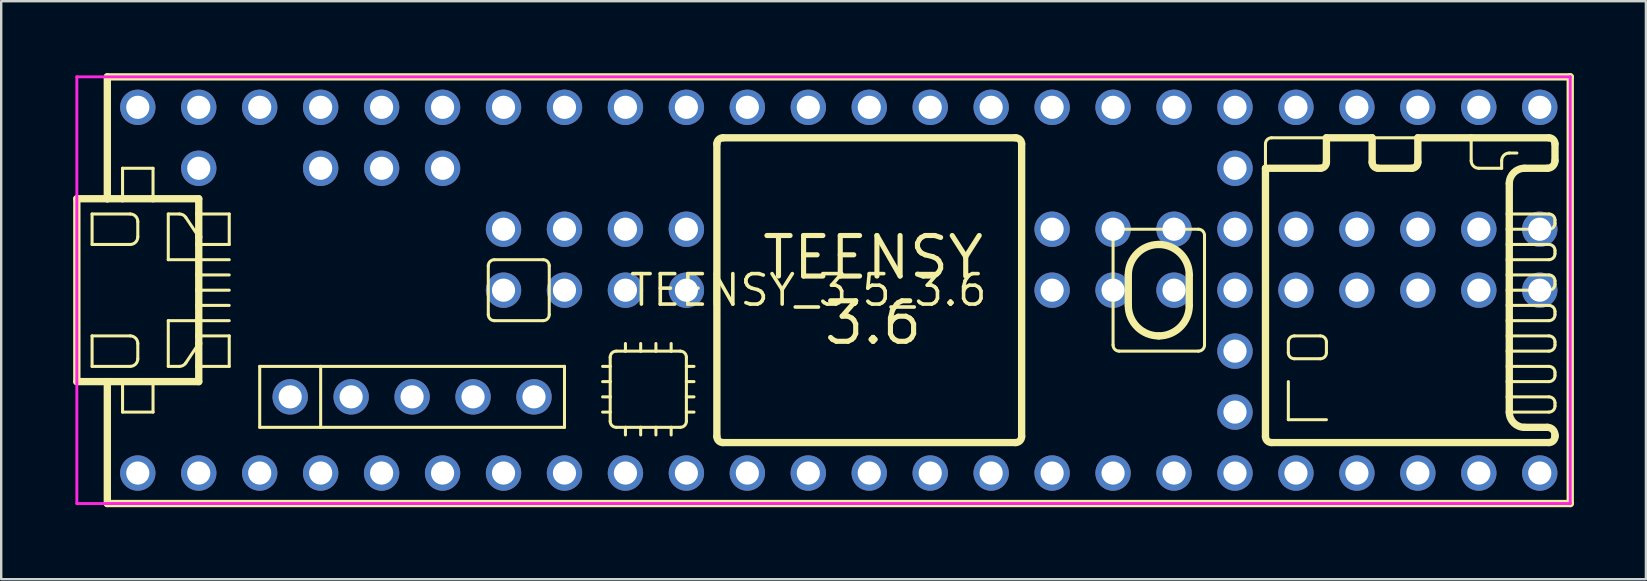
<source format=kicad_pcb>
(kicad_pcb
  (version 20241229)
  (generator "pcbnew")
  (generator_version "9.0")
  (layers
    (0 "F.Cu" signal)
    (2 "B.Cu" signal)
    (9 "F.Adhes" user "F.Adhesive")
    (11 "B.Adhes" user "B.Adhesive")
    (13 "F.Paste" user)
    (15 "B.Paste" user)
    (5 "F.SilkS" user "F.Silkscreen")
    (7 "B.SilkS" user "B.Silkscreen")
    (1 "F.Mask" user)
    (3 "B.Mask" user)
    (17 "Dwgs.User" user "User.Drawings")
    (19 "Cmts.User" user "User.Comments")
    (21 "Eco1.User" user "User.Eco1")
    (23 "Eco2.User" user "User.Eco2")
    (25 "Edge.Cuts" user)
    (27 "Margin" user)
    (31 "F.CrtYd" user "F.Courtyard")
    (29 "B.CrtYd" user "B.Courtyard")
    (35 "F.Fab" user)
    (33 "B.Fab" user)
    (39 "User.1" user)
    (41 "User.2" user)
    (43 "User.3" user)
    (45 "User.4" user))
  (footprint "TEENSY_3.5_3.6"
    (layer "F.Cu")
    (at 30.632 9.042)
    (property "Reference" "TEENSY_3.5_3.6" (at 0 0 0) (layer "F.SilkS") (effects (font (size 1.27 1.27) (thickness 0.15))))
    (attr through_hole)
    (fp_line (start -30.48 -3.81) (end -30.48 3.81) (stroke (width 0.305) (type solid)) (layer "F.SilkS"))
    (fp_line (start -30.48 3.81) (end -29.21 3.81) (stroke (width 0.305) (type solid)) (layer "F.SilkS"))
    (fp_line (start -29.845 -3.175) (end -29.845 -1.905) (stroke (width 0.127) (type solid)) (layer "F.SilkS"))
    (fp_line (start -29.845 -3.175) (end -28.258 -3.175) (stroke (width 0.127) (type solid)) (layer "F.SilkS"))
    (fp_line (start -29.845 1.905) (end -29.845 3.175) (stroke (width 0.127) (type solid)) (layer "F.SilkS"))
    (fp_line (start -29.845 3.175) (end -28.258 3.175) (stroke (width 0.127) (type solid)) (layer "F.SilkS"))
    (fp_line (start -29.21 -8.89) (end -29.21 -3.81) (stroke (width 0.305) (type solid)) (layer "F.SilkS"))
    (fp_line (start -29.21 -8.89) (end 31.75 -8.89) (stroke (width 0.305) (type solid)) (layer "F.SilkS"))
    (fp_line (start -29.21 -3.81) (end -30.48 -3.81) (stroke (width 0.305) (type solid)) (layer "F.SilkS"))
    (fp_line (start -29.21 3.81) (end -28.575 3.81) (stroke (width 0.305) (type solid)) (layer "F.SilkS"))
    (fp_line (start -29.21 8.89) (end -29.21 3.81) (stroke (width 0.305) (type solid)) (layer "F.SilkS"))
    (fp_line (start -28.575 -5.08) (end -27.305 -5.08) (stroke (width 0.127) (type solid)) (layer "F.SilkS"))
    (fp_line (start -28.575 -3.81) (end -29.21 -3.81) (stroke (width 0.305) (type solid)) (layer "F.SilkS"))
    (fp_line (start -28.575 -3.81) (end -28.575 -5.08) (stroke (width 0.127) (type solid)) (layer "F.SilkS"))
    (fp_line (start -28.575 3.81) (end -28.575 5.08) (stroke (width 0.127) (type solid)) (layer "F.SilkS"))
    (fp_line (start -28.575 3.81) (end -27.305 3.81) (stroke (width 0.305) (type solid)) (layer "F.SilkS"))
    (fp_line (start -28.575 5.08) (end -27.305 5.08) (stroke (width 0.127) (type solid)) (layer "F.SilkS"))
    (fp_line (start -28.258 -1.905) (end -29.845 -1.905) (stroke (width 0.127) (type solid)) (layer "F.SilkS"))
    (fp_line (start -28.258 1.905) (end -29.845 1.905) (stroke (width 0.127) (type solid)) (layer "F.SilkS"))
    (fp_line (start -27.94 -2.857) (end -27.94 -2.223) (stroke (width 0.127) (type solid)) (layer "F.SilkS"))
    (fp_line (start -27.94 2.857) (end -27.94 2.223) (stroke (width 0.127) (type solid)) (layer "F.SilkS"))
    (fp_line (start -27.305 -5.08) (end -27.305 -3.81) (stroke (width 0.127) (type solid)) (layer "F.SilkS"))
    (fp_line (start -27.305 -3.81) (end -28.575 -3.81) (stroke (width 0.305) (type solid)) (layer "F.SilkS"))
    (fp_line (start -27.305 3.81) (end -25.4 3.81) (stroke (width 0.305) (type solid)) (layer "F.SilkS"))
    (fp_line (start -27.305 5.08) (end -27.305 3.81) (stroke (width 0.127) (type solid)) (layer "F.SilkS"))
    (fp_line (start -26.67 -3.175) (end -26.205 -3.175) (stroke (width 0.127) (type solid)) (layer "F.SilkS"))
    (fp_line (start -26.67 -1.27) (end -26.67 -3.175) (stroke (width 0.127) (type solid)) (layer "F.SilkS"))
    (fp_line (start -26.67 1.27) (end -26.67 3.175) (stroke (width 0.127) (type solid)) (layer "F.SilkS"))
    (fp_line (start -26.67 3.175) (end -26.205 3.175) (stroke (width 0.127) (type solid)) (layer "F.SilkS"))
    (fp_line (start -25.941 -3.034) (end -25.4 -2.223) (stroke (width 0.127) (type solid)) (layer "F.SilkS"))
    (fp_line (start -25.941 3.034) (end -25.4 2.223) (stroke (width 0.127) (type solid)) (layer "F.SilkS"))
    (fp_line (start -25.4 -3.81) (end -27.305 -3.81) (stroke (width 0.305) (type solid)) (layer "F.SilkS"))
    (fp_line (start -25.4 -3.175) (end -25.4 -3.81) (stroke (width 0.305) (type solid)) (layer "F.SilkS"))
    (fp_line (start -25.4 -2.223) (end -25.4 -3.175) (stroke (width 0.305) (type solid)) (layer "F.SilkS"))
    (fp_line (start -25.4 -1.905) (end -25.4 -2.223) (stroke (width 0.305) (type solid)) (layer "F.SilkS"))
    (fp_line (start -25.4 -1.905) (end -24.13 -1.905) (stroke (width 0.127) (type solid)) (layer "F.SilkS"))
    (fp_line (start -25.4 -1.27) (end -26.67 -1.27) (stroke (width 0.127) (type solid)) (layer "F.SilkS"))
    (fp_line (start -25.4 -1.27) (end -25.4 -1.905) (stroke (width 0.305) (type solid)) (layer "F.SilkS"))
    (fp_line (start -25.4 -1.27) (end -24.13 -1.27) (stroke (width 0.127) (type solid)) (layer "F.SilkS"))
    (fp_line (start -25.4 -0.635) (end -25.4 -1.27) (stroke (width 0.305) (type solid)) (layer "F.SilkS"))
    (fp_line (start -25.4 -0.635) (end -24.13 -0.635) (stroke (width 0.127) (type solid)) (layer "F.SilkS"))
    (fp_line (start -25.4 0) (end -25.4 -0.635) (stroke (width 0.305) (type solid)) (layer "F.SilkS"))
    (fp_line (start -25.4 0) (end -24.13 0) (stroke (width 0.127) (type solid)) (layer "F.SilkS"))
    (fp_line (start -25.4 0.635) (end -25.4 0) (stroke (width 0.305) (type solid)) (layer "F.SilkS"))
    (fp_line (start -25.4 0.635) (end -24.13 0.635) (stroke (width 0.127) (type solid)) (layer "F.SilkS"))
    (fp_line (start -25.4 1.27) (end -26.67 1.27) (stroke (width 0.127) (type solid)) (layer "F.SilkS"))
    (fp_line (start -25.4 1.27) (end -25.4 0.635) (stroke (width 0.305) (type solid)) (layer "F.SilkS"))
    (fp_line (start -25.4 1.27) (end -24.13 1.27) (stroke (width 0.127) (type solid)) (layer "F.SilkS"))
    (fp_line (start -25.4 1.905) (end -25.4 1.27) (stroke (width 0.305) (type solid)) (layer "F.SilkS"))
    (fp_line (start -25.4 1.905) (end -24.13 1.905) (stroke (width 0.127) (type solid)) (layer "F.SilkS"))
    (fp_line (start -25.4 2.223) (end -25.4 1.905) (stroke (width 0.305) (type solid)) (layer "F.SilkS"))
    (fp_line (start -25.4 3.175) (end -25.4 2.223) (stroke (width 0.305) (type solid)) (layer "F.SilkS"))
    (fp_line (start -25.4 3.81) (end -25.4 3.175) (stroke (width 0.305) (type solid)) (layer "F.SilkS"))
    (fp_line (start -24.13 -3.175) (end -25.4 -3.175) (stroke (width 0.127) (type solid)) (layer "F.SilkS"))
    (fp_line (start -24.13 -1.905) (end -24.13 -3.175) (stroke (width 0.127) (type solid)) (layer "F.SilkS"))
    (fp_line (start -24.13 1.905) (end -24.13 3.175) (stroke (width 0.127) (type solid)) (layer "F.SilkS"))
    (fp_line (start -24.13 3.175) (end -25.4 3.175) (stroke (width 0.127) (type solid)) (layer "F.SilkS"))
    (fp_line (start -22.86 3.175) (end -20.32 3.175) (stroke (width 0.127) (type solid)) (layer "F.SilkS"))
    (fp_line (start -22.86 5.715) (end -22.86 3.175) (stroke (width 0.127) (type solid)) (layer "F.SilkS"))
    (fp_line (start -20.32 3.175) (end -20.32 5.715) (stroke (width 0.127) (type solid)) (layer "F.SilkS"))
    (fp_line (start -20.32 3.175) (end -10.16 3.175) (stroke (width 0.127) (type solid)) (layer "F.SilkS"))
    (fp_line (start -20.32 5.715) (end -22.86 5.715) (stroke (width 0.127) (type solid)) (layer "F.SilkS"))
    (fp_line (start -13.335 -1.016) (end -13.335 1.016) (stroke (width 0.127) (type solid)) (layer "F.SilkS"))
    (fp_line (start -13.081 1.27) (end -11.049 1.27) (stroke (width 0.127) (type solid)) (layer "F.SilkS"))
    (fp_line (start -11.049 -1.27) (end -13.081 -1.27) (stroke (width 0.127) (type solid)) (layer "F.SilkS"))
    (fp_line (start -10.795 1.016) (end -10.795 -1.016) (stroke (width 0.127) (type solid)) (layer "F.SilkS"))
    (fp_line (start -10.16 3.175) (end -10.16 5.715) (stroke (width 0.127) (type solid)) (layer "F.SilkS"))
    (fp_line (start -10.16 5.715) (end -20.32 5.715) (stroke (width 0.127) (type solid)) (layer "F.SilkS"))
    (fp_line (start -8.255 2.794) (end -8.255 3.175) (stroke (width 0.127) (type solid)) (layer "F.SilkS"))
    (fp_line (start -8.255 3.175) (end -8.572 3.175) (stroke (width 0.127) (type solid)) (layer "F.SilkS"))
    (fp_line (start -8.255 3.175) (end -8.255 3.81) (stroke (width 0.127) (type solid)) (layer "F.SilkS"))
    (fp_line (start -8.255 3.81) (end -8.572 3.81) (stroke (width 0.127) (type solid)) (layer "F.SilkS"))
    (fp_line (start -8.255 3.81) (end -8.255 4.445) (stroke (width 0.127) (type solid)) (layer "F.SilkS"))
    (fp_line (start -8.255 4.445) (end -8.572 4.445) (stroke (width 0.127) (type solid)) (layer "F.SilkS"))
    (fp_line (start -8.255 4.445) (end -8.255 5.08) (stroke (width 0.127) (type solid)) (layer "F.SilkS"))
    (fp_line (start -8.255 5.08) (end -8.572 5.08) (stroke (width 0.127) (type solid)) (layer "F.SilkS"))
    (fp_line (start -8.255 5.08) (end -8.255 5.461) (stroke (width 0.127) (type solid)) (layer "F.SilkS"))
    (fp_line (start -8.001 5.715) (end -7.62 5.715) (stroke (width 0.127) (type solid)) (layer "F.SilkS"))
    (fp_line (start -7.62 2.54) (end -8.001 2.54) (stroke (width 0.127) (type solid)) (layer "F.SilkS"))
    (fp_line (start -7.62 2.54) (end -7.62 2.223) (stroke (width 0.127) (type solid)) (layer "F.SilkS"))
    (fp_line (start -7.62 5.715) (end -7.62 6.032) (stroke (width 0.127) (type solid)) (layer "F.SilkS"))
    (fp_line (start -7.62 5.715) (end -6.985 5.715) (stroke (width 0.127) (type solid)) (layer "F.SilkS"))
    (fp_line (start -6.985 2.54) (end -7.62 2.54) (stroke (width 0.127) (type solid)) (layer "F.SilkS"))
    (fp_line (start -6.985 2.54) (end -6.985 2.223) (stroke (width 0.127) (type solid)) (layer "F.SilkS"))
    (fp_line (start -6.985 5.715) (end -6.985 6.032) (stroke (width 0.127) (type solid)) (layer "F.SilkS"))
    (fp_line (start -6.985 5.715) (end -6.35 5.715) (stroke (width 0.127) (type solid)) (layer "F.SilkS"))
    (fp_line (start -6.35 2.54) (end -6.985 2.54) (stroke (width 0.127) (type solid)) (layer "F.SilkS"))
    (fp_line (start -6.35 2.54) (end -6.35 2.223) (stroke (width 0.127) (type solid)) (layer "F.SilkS"))
    (fp_line (start -6.35 5.715) (end -6.35 6.032) (stroke (width 0.127) (type solid)) (layer "F.SilkS"))
    (fp_line (start -6.35 5.715) (end -5.715 5.715) (stroke (width 0.127) (type solid)) (layer "F.SilkS"))
    (fp_line (start -5.715 2.54) (end -6.35 2.54) (stroke (width 0.127) (type solid)) (layer "F.SilkS"))
    (fp_line (start -5.715 2.54) (end -5.715 2.223) (stroke (width 0.127) (type solid)) (layer "F.SilkS"))
    (fp_line (start -5.715 5.715) (end -5.715 6.032) (stroke (width 0.127) (type solid)) (layer "F.SilkS"))
    (fp_line (start -5.715 5.715) (end -5.334 5.715) (stroke (width 0.127) (type solid)) (layer "F.SilkS"))
    (fp_line (start -5.334 2.54) (end -5.715 2.54) (stroke (width 0.127) (type solid)) (layer "F.SilkS"))
    (fp_line (start -5.08 3.175) (end -5.08 2.794) (stroke (width 0.127) (type solid)) (layer "F.SilkS"))
    (fp_line (start -5.08 3.175) (end -4.763 3.175) (stroke (width 0.127) (type solid)) (layer "F.SilkS"))
    (fp_line (start -5.08 3.81) (end -5.08 3.175) (stroke (width 0.127) (type solid)) (layer "F.SilkS"))
    (fp_line (start -5.08 3.81) (end -4.763 3.81) (stroke (width 0.127) (type solid)) (layer "F.SilkS"))
    (fp_line (start -5.08 4.445) (end -5.08 3.81) (stroke (width 0.127) (type solid)) (layer "F.SilkS"))
    (fp_line (start -5.08 4.445) (end -4.763 4.445) (stroke (width 0.127) (type solid)) (layer "F.SilkS"))
    (fp_line (start -5.08 5.08) (end -5.08 4.445) (stroke (width 0.127) (type solid)) (layer "F.SilkS"))
    (fp_line (start -5.08 5.08) (end -4.763 5.08) (stroke (width 0.127) (type solid)) (layer "F.SilkS"))
    (fp_line (start -5.08 5.461) (end -5.08 5.08) (stroke (width 0.127) (type solid)) (layer "F.SilkS"))
    (fp_line (start -3.81 6.096) (end -3.81 -6.096) (stroke (width 0.305) (type solid)) (layer "F.SilkS"))
    (fp_line (start -3.556 -6.35) (end 8.636 -6.35) (stroke (width 0.305) (type solid)) (layer "F.SilkS"))
    (fp_line (start 8.636 6.35) (end -3.556 6.35) (stroke (width 0.305) (type solid)) (layer "F.SilkS"))
    (fp_line (start 8.89 -6.096) (end 8.89 6.096) (stroke (width 0.305) (type solid)) (layer "F.SilkS"))
    (fp_line (start 12.7 -2.286) (end 12.7 2.286) (stroke (width 0.127) (type solid)) (layer "F.SilkS"))
    (fp_line (start 12.954 2.54) (end 16.256 2.54) (stroke (width 0.127) (type solid)) (layer "F.SilkS"))
    (fp_line (start 13.335 0.635) (end 13.335 -0.635) (stroke (width 0.305) (type solid)) (layer "F.SilkS"))
    (fp_line (start 15.875 -0.635) (end 15.875 0.635) (stroke (width 0.305) (type solid)) (layer "F.SilkS"))
    (fp_line (start 16.256 -2.54) (end 12.954 -2.54) (stroke (width 0.127) (type solid)) (layer "F.SilkS"))
    (fp_line (start 16.51 2.286) (end 16.51 -2.286) (stroke (width 0.127) (type solid)) (layer "F.SilkS"))
    (fp_line (start 19.05 -5.08) (end 19.05 -6.096) (stroke (width 0.127) (type solid)) (layer "F.SilkS"))
    (fp_line (start 19.05 -5.08) (end 21.336 -5.08) (stroke (width 0.305) (type solid)) (layer "F.SilkS"))
    (fp_line (start 19.05 6.096) (end 19.05 -5.08) (stroke (width 0.305) (type solid)) (layer "F.SilkS"))
    (fp_line (start 19.304 -6.35) (end 21.59 -6.35) (stroke (width 0.127) (type solid)) (layer "F.SilkS"))
    (fp_line (start 20.003 2.159) (end 20.003 2.603) (stroke (width 0.127) (type solid)) (layer "F.SilkS"))
    (fp_line (start 20.003 3.81) (end 20.003 5.397) (stroke (width 0.127) (type solid)) (layer "F.SilkS"))
    (fp_line (start 20.003 5.397) (end 21.59 5.397) (stroke (width 0.127) (type solid)) (layer "F.SilkS"))
    (fp_line (start 20.256 2.857) (end 21.336 2.857) (stroke (width 0.127) (type solid)) (layer "F.SilkS"))
    (fp_line (start 21.336 1.905) (end 20.256 1.905) (stroke (width 0.127) (type solid)) (layer "F.SilkS"))
    (fp_line (start 21.59 -6.35) (end 23.495 -6.35) (stroke (width 0.305) (type solid)) (layer "F.SilkS"))
    (fp_line (start 21.59 -5.334) (end 21.59 -6.35) (stroke (width 0.305) (type solid)) (layer "F.SilkS"))
    (fp_line (start 21.59 2.603) (end 21.59 2.159) (stroke (width 0.127) (type solid)) (layer "F.SilkS"))
    (fp_line (start 23.495 -6.35) (end 23.495 -5.334) (stroke (width 0.305) (type solid)) (layer "F.SilkS"))
    (fp_line (start 23.495 -6.35) (end 25.4 -6.35) (stroke (width 0.127) (type solid)) (layer "F.SilkS"))
    (fp_line (start 23.749 -5.08) (end 25.146 -5.08) (stroke (width 0.305) (type solid)) (layer "F.SilkS"))
    (fp_line (start 25.4 -6.35) (end 27.622 -6.35) (stroke (width 0.305) (type solid)) (layer "F.SilkS"))
    (fp_line (start 25.4 -5.334) (end 25.4 -6.35) (stroke (width 0.305) (type solid)) (layer "F.SilkS"))
    (fp_line (start 27.622 -6.35) (end 27.622 -5.397) (stroke (width 0.127) (type solid)) (layer "F.SilkS"))
    (fp_line (start 27.622 -6.35) (end 30.861 -6.35) (stroke (width 0.305) (type solid)) (layer "F.SilkS"))
    (fp_line (start 27.94 -5.08) (end 28.892 -5.08) (stroke (width 0.127) (type solid)) (layer "F.SilkS"))
    (fp_line (start 28.892 -5.08) (end 28.892 -5.397) (stroke (width 0.127) (type solid)) (layer "F.SilkS"))
    (fp_line (start 29.21 -5.715) (end 29.527 -5.715) (stroke (width 0.127) (type solid)) (layer "F.SilkS"))
    (fp_line (start 29.21 -4.445) (end 29.21 -3.175) (stroke (width 0.305) (type solid)) (layer "F.SilkS"))
    (fp_line (start 29.21 -3.175) (end 29.21 -2.54) (stroke (width 0.305) (type solid)) (layer "F.SilkS"))
    (fp_line (start 29.21 -3.175) (end 30.861 -3.175) (stroke (width 0.127) (type solid)) (layer "F.SilkS"))
    (fp_line (start 29.21 -2.54) (end 29.21 -1.905) (stroke (width 0.305) (type solid)) (layer "F.SilkS"))
    (fp_line (start 29.21 -1.905) (end 29.21 -1.27) (stroke (width 0.305) (type solid)) (layer "F.SilkS"))
    (fp_line (start 29.21 -1.905) (end 30.861 -1.905) (stroke (width 0.127) (type solid)) (layer "F.SilkS"))
    (fp_line (start 29.21 -1.27) (end 29.21 -0.635) (stroke (width 0.305) (type solid)) (layer "F.SilkS"))
    (fp_line (start 29.21 -0.635) (end 29.21 0) (stroke (width 0.305) (type solid)) (layer "F.SilkS"))
    (fp_line (start 29.21 -0.635) (end 30.861 -0.635) (stroke (width 0.127) (type solid)) (layer "F.SilkS"))
    (fp_line (start 29.21 0) (end 29.21 0.635) (stroke (width 0.305) (type solid)) (layer "F.SilkS"))
    (fp_line (start 29.21 0.635) (end 29.21 1.27) (stroke (width 0.305) (type solid)) (layer "F.SilkS"))
    (fp_line (start 29.21 0.635) (end 30.861 0.635) (stroke (width 0.127) (type solid)) (layer "F.SilkS"))
    (fp_line (start 29.21 1.27) (end 29.21 1.905) (stroke (width 0.305) (type solid)) (layer "F.SilkS"))
    (fp_line (start 29.21 1.905) (end 29.21 2.54) (stroke (width 0.305) (type solid)) (layer "F.SilkS"))
    (fp_line (start 29.21 1.905) (end 30.861 1.905) (stroke (width 0.127) (type solid)) (layer "F.SilkS"))
    (fp_line (start 29.21 2.54) (end 29.21 3.175) (stroke (width 0.305) (type solid)) (layer "F.SilkS"))
    (fp_line (start 29.21 3.175) (end 29.21 3.81) (stroke (width 0.305) (type solid)) (layer "F.SilkS"))
    (fp_line (start 29.21 3.175) (end 30.861 3.175) (stroke (width 0.127) (type solid)) (layer "F.SilkS"))
    (fp_line (start 29.21 3.81) (end 29.21 4.445) (stroke (width 0.305) (type solid)) (layer "F.SilkS"))
    (fp_line (start 29.21 4.445) (end 29.21 5.08) (stroke (width 0.305) (type solid)) (layer "F.SilkS"))
    (fp_line (start 29.21 4.445) (end 30.861 4.445) (stroke (width 0.127) (type solid)) (layer "F.SilkS"))
    (fp_line (start 29.845 5.715) (end 30.797 5.715) (stroke (width 0.305) (type solid)) (layer "F.SilkS"))
    (fp_line (start 30.797 -5.08) (end 29.845 -5.08) (stroke (width 0.305) (type solid)) (layer "F.SilkS"))
    (fp_line (start 30.861 -2.54) (end 29.21 -2.54) (stroke (width 0.127) (type solid)) (layer "F.SilkS"))
    (fp_line (start 30.861 -1.27) (end 29.21 -1.27) (stroke (width 0.127) (type solid)) (layer "F.SilkS"))
    (fp_line (start 30.861 0) (end 29.21 0) (stroke (width 0.127) (type solid)) (layer "F.SilkS"))
    (fp_line (start 30.861 1.27) (end 29.21 1.27) (stroke (width 0.127) (type solid)) (layer "F.SilkS"))
    (fp_line (start 30.861 2.54) (end 29.21 2.54) (stroke (width 0.127) (type solid)) (layer "F.SilkS"))
    (fp_line (start 30.861 3.81) (end 29.21 3.81) (stroke (width 0.127) (type solid)) (layer "F.SilkS"))
    (fp_line (start 30.861 5.08) (end 29.21 5.08) (stroke (width 0.127) (type solid)) (layer "F.SilkS"))
    (fp_line (start 30.861 6.35) (end 19.304 6.35) (stroke (width 0.305) (type solid)) (layer "F.SilkS"))
    (fp_line (start 31.115 -6.096) (end 31.115 -5.397) (stroke (width 0.305) (type solid)) (layer "F.SilkS"))
    (fp_line (start 31.115 -2.921) (end 31.115 -2.794) (stroke (width 0.127) (type solid)) (layer "F.SilkS"))
    (fp_line (start 31.115 -1.651) (end 31.115 -1.524) (stroke (width 0.127) (type solid)) (layer "F.SilkS"))
    (fp_line (start 31.115 -0.381) (end 31.115 -0.254) (stroke (width 0.127) (type solid)) (layer "F.SilkS"))
    (fp_line (start 31.115 0.889) (end 31.115 1.016) (stroke (width 0.127) (type solid)) (layer "F.SilkS"))
    (fp_line (start 31.115 2.159) (end 31.115 2.286) (stroke (width 0.127) (type solid)) (layer "F.SilkS"))
    (fp_line (start 31.115 3.429) (end 31.115 3.556) (stroke (width 0.127) (type solid)) (layer "F.SilkS"))
    (fp_line (start 31.115 4.699) (end 31.115 4.826) (stroke (width 0.127) (type solid)) (layer "F.SilkS"))
    (fp_line (start 31.115 6.032) (end 31.115 6.096) (stroke (width 0.305) (type solid)) (layer "F.SilkS"))
    (fp_line (start 31.75 -8.89) (end 31.75 8.89) (stroke (width 0.305) (type solid)) (layer "F.SilkS"))
    (fp_line (start 31.75 8.89) (end -29.21 8.89) (stroke (width 0.305) (type solid)) (layer "F.SilkS"))
    (fp_arc (start -28.2575 -3.175) (mid -28.032994 -3.082006) (end -27.94 -2.8575) (stroke (width 0.127) (type solid)) (layer "F.SilkS"))
    (fp_arc (start -28.2575 1.905) (mid -28.032994 1.997994) (end -27.94 2.2225) (stroke (width 0.127) (type solid)) (layer "F.SilkS"))
    (fp_arc (start -27.94 -2.2225) (mid -28.032994 -1.997994) (end -28.2575 -1.905) (stroke (width 0.127) (type solid)) (layer "F.SilkS"))
    (fp_arc (start -27.94 2.8575) (mid -28.032994 3.082006) (end -28.2575 3.175) (stroke (width 0.127) (type solid)) (layer "F.SilkS"))
    (fp_arc (start -26.204921 -3.175) (mid -26.055104 -3.137431) (end -25.940741 -3.033615) (stroke (width 0.127) (type solid)) (layer "F.SilkS"))
    (fp_arc (start -25.940741 3.033615) (mid -26.055104 3.137432) (end -26.204921 3.175) (stroke (width 0.127) (type solid)) (layer "F.SilkS"))
    (fp_arc (start -13.335 -1.016) (mid -13.260605 -1.195605) (end -13.081 -1.27) (stroke (width 0.127) (type solid)) (layer "F.SilkS"))
    (fp_arc (start -13.081 1.27) (mid -13.260605 1.195605) (end -13.335 1.016) (stroke (width 0.127) (type solid)) (layer "F.SilkS"))
    (fp_arc (start -11.049 -1.27) (mid -10.869395 -1.195605) (end -10.795 -1.016) (stroke (width 0.127) (type solid)) (layer "F.SilkS"))
    (fp_arc (start -10.795 1.016) (mid -10.869395 1.195605) (end -11.049 1.27) (stroke (width 0.127) (type solid)) (layer "F.SilkS"))
    (fp_arc (start -8.255 2.794) (mid -8.180605 2.614395) (end -8.001 2.54) (stroke (width 0.127) (type solid)) (layer "F.SilkS"))
    (fp_arc (start -8.001 5.715) (mid -8.180605 5.640605) (end -8.255 5.461) (stroke (width 0.127) (type solid)) (layer "F.SilkS"))
    (fp_arc (start -5.334 2.54) (mid -5.154395 2.614395) (end -5.08 2.794) (stroke (width 0.127) (type solid)) (layer "F.SilkS"))
    (fp_arc (start -5.08 5.461) (mid -5.154395 5.640605) (end -5.334 5.715) (stroke (width 0.127) (type solid)) (layer "F.SilkS"))
    (fp_arc (start -3.81 -6.096) (mid -3.735605 -6.275605) (end -3.556 -6.35) (stroke (width 0.3048) (type solid)) (layer "F.SilkS"))
    (fp_arc (start -3.556 6.35) (mid -3.735605 6.275605) (end -3.81 6.096) (stroke (width 0.3048) (type solid)) (layer "F.SilkS"))
    (fp_arc (start 8.636 -6.35) (mid 8.815605 -6.275605) (end 8.89 -6.096) (stroke (width 0.3048) (type solid)) (layer "F.SilkS"))
    (fp_arc (start 8.89 6.096) (mid 8.815605 6.275605) (end 8.636 6.35) (stroke (width 0.3048) (type solid)) (layer "F.SilkS"))
    (fp_arc (start 12.7 -2.286) (mid 12.774395 -2.465605) (end 12.954 -2.54) (stroke (width 0.127) (type solid)) (layer "F.SilkS"))
    (fp_arc (start 12.7 -2.286) (mid 12.774395 -2.465605) (end 12.954 -2.54) (stroke (width 0.127) (type solid)) (layer "F.SilkS"))
    (fp_arc (start 12.954 2.54) (mid 12.774395 2.465605) (end 12.7 2.286) (stroke (width 0.127) (type solid)) (layer "F.SilkS"))
    (fp_arc (start 13.335 -0.635) (mid 13.706975 -1.533025) (end 14.605001 -1.904999) (stroke (width 0.3048) (type solid)) (layer "F.SilkS"))
    (fp_arc (start 14.605 -1.905) (mid 15.503026 -1.533025) (end 15.875001 -0.634999) (stroke (width 0.3048) (type solid)) (layer "F.SilkS"))
    (fp_arc (start 14.605 1.905) (mid 13.706974 1.533025) (end 13.334999 0.634999) (stroke (width 0.3048) (type solid)) (layer "F.SilkS"))
    (fp_arc (start 15.875 0.635) (mid 15.503025 1.533025) (end 14.604999 1.904999) (stroke (width 0.3048) (type solid)) (layer "F.SilkS"))
    (fp_arc (start 16.256 -2.54) (mid 16.435605 -2.465605) (end 16.51 -2.286) (stroke (width 0.127) (type solid)) (layer "F.SilkS"))
    (fp_arc (start 16.51 2.286) (mid 16.435605 2.465605) (end 16.256 2.54) (stroke (width 0.127) (type solid)) (layer "F.SilkS"))
    (fp_arc (start 19.05 -6.096) (mid 19.124395 -6.275605) (end 19.304 -6.35) (stroke (width 0.127) (type solid)) (layer "F.SilkS"))
    (fp_arc (start 19.304 6.35) (mid 19.124395 6.275605) (end 19.05 6.096) (stroke (width 0.3048) (type solid)) (layer "F.SilkS"))
    (fp_arc (start 20.0025 2.159) (mid 20.076895 1.979395) (end 20.2565 1.905) (stroke (width 0.127) (type solid)) (layer "F.SilkS"))
    (fp_arc (start 20.2565 2.8575) (mid 20.076895 2.783105) (end 20.0025 2.6035) (stroke (width 0.127) (type solid)) (layer "F.SilkS"))
    (fp_arc (start 21.336 1.905) (mid 21.515605 1.979395) (end 21.59 2.159) (stroke (width 0.127) (type solid)) (layer "F.SilkS"))
    (fp_arc (start 21.59 -5.334) (mid 21.515605 -5.154395) (end 21.336 -5.08) (stroke (width 0.3048) (type solid)) (layer "F.SilkS"))
    (fp_arc (start 21.59 2.6035) (mid 21.515605 2.783105) (end 21.336 2.8575) (stroke (width 0.127) (type solid)) (layer "F.SilkS"))
    (fp_arc (start 23.749 -5.08) (mid 23.569395 -5.154395) (end 23.495 -5.334) (stroke (width 0.3048) (type solid)) (layer "F.SilkS"))
    (fp_arc (start 25.4 -5.334) (mid 25.325605 -5.154395) (end 25.146 -5.08) (stroke (width 0.3048) (type solid)) (layer "F.SilkS"))
    (fp_arc (start 27.94 -5.08) (mid 27.715494 -5.172994) (end 27.6225 -5.3975) (stroke (width 0.127) (type solid)) (layer "F.SilkS"))
    (fp_arc (start 28.8925 -5.3975) (mid 28.985494 -5.622006) (end 29.21 -5.715) (stroke (width 0.127) (type solid)) (layer "F.SilkS"))
    (fp_arc (start 29.21 -4.445) (mid 29.395987 -4.894013) (end 29.845 -5.08) (stroke (width 0.3048) (type solid)) (layer "F.SilkS"))
    (fp_arc (start 29.845 5.715) (mid 29.395987 5.529013) (end 29.21 5.08) (stroke (width 0.3048) (type solid)) (layer "F.SilkS"))
    (fp_arc (start 30.7975 5.715) (mid 31.022006 5.807994) (end 31.115 6.0325) (stroke (width 0.3048) (type solid)) (layer "F.SilkS"))
    (fp_arc (start 30.861 -6.35) (mid 31.040605 -6.275605) (end 31.115 -6.096) (stroke (width 0.3048) (type solid)) (layer "F.SilkS"))
    (fp_arc (start 30.861 -3.175) (mid 31.040605 -3.100605) (end 31.115 -2.921) (stroke (width 0.127) (type solid)) (layer "F.SilkS"))
    (fp_arc (start 30.861 -1.905) (mid 31.040605 -1.830605) (end 31.115 -1.651) (stroke (width 0.127) (type solid)) (layer "F.SilkS"))
    (fp_arc (start 30.861 -0.635) (mid 31.040605 -0.560605) (end 31.115 -0.381) (stroke (width 0.127) (type solid)) (layer "F.SilkS"))
    (fp_arc (start 30.861 0.635) (mid 31.040605 0.709395) (end 31.115 0.889) (stroke (width 0.127) (type solid)) (layer "F.SilkS"))
    (fp_arc (start 30.861 1.905) (mid 31.040605 1.979395) (end 31.115 2.159) (stroke (width 0.127) (type solid)) (layer "F.SilkS"))
    (fp_arc (start 30.861 3.175) (mid 31.040605 3.249395) (end 31.115 3.429) (stroke (width 0.127) (type solid)) (layer "F.SilkS"))
    (fp_arc (start 30.861 4.445) (mid 31.040605 4.519395) (end 31.115 4.699) (stroke (width 0.127) (type solid)) (layer "F.SilkS"))
    (fp_arc (start 31.115 -5.3975) (mid 31.022006 -5.172994) (end 30.7975 -5.08) (stroke (width 0.3048) (type solid)) (layer "F.SilkS"))
    (fp_arc (start 31.115 -2.794) (mid 31.040605 -2.614395) (end 30.861 -2.54) (stroke (width 0.127) (type solid)) (layer "F.SilkS"))
    (fp_arc (start 31.115 -1.524) (mid 31.040605 -1.344395) (end 30.861 -1.27) (stroke (width 0.127) (type solid)) (layer "F.SilkS"))
    (fp_arc (start 31.115 -0.254) (mid 31.040605 -0.074395) (end 30.861 0) (stroke (width 0.127) (type solid)) (layer "F.SilkS"))
    (fp_arc (start 31.115 1.016) (mid 31.040605 1.195605) (end 30.861 1.27) (stroke (width 0.127) (type solid)) (layer "F.SilkS"))
    (fp_arc (start 31.115 2.286) (mid 31.040605 2.465605) (end 30.861 2.54) (stroke (width 0.127) (type solid)) (layer "F.SilkS"))
    (fp_arc (start 31.115 3.556) (mid 31.040605 3.735605) (end 30.861 3.81) (stroke (width 0.127) (type solid)) (layer "F.SilkS"))
    (fp_arc (start 31.115 4.826) (mid 31.040605 5.005605) (end 30.861 5.08) (stroke (width 0.127) (type solid)) (layer "F.SilkS"))
    (fp_arc (start 31.115 6.096) (mid 31.040605 6.275605) (end 30.861 6.35) (stroke (width 0.3048) (type solid)) (layer "F.SilkS"))
    (fp_line (start -30.48 -8.89) (end -30.48 8.89) (stroke (width 0.12) (type solid)) (layer "F.CrtYd"))
    (fp_line (start -30.48 8.89) (end 31.75 8.89) (stroke (width 0.12) (type solid)) (layer "F.CrtYd"))
    (fp_line (start 31.75 -8.89) (end -30.48 -8.89) (stroke (width 0.12) (type solid)) (layer "F.CrtYd"))
    (fp_line (start 31.75 8.89) (end 31.75 -8.89) (stroke (width 0.12) (type solid)) (layer "F.CrtYd"))
    (fp_text user "TEENSY\n3.6" (at 2.699 0 0) (layer "F.SilkS") (effects (font (size 1.689 1.689) (thickness 0.213))))
    (pad "0" thru_hole circle (at -25.4 7.62) (size 1.473 1.473) (drill 0.965) (layers "*.Cu" "*.Mask"))
    (pad "1" thru_hole circle (at -22.86 7.62) (size 1.473 1.473) (drill 0.965) (layers "*.Cu" "*.Mask"))
    (pad "2" thru_hole circle (at -20.32 7.62) (size 1.473 1.473) (drill 0.965) (layers "*.Cu" "*.Mask"))
    (pad "3" thru_hole circle (at -17.78 7.62) (size 1.473 1.473) (drill 0.965) (layers "*.Cu" "*.Mask"))
    (pad "3V3" thru_hole circle (at 7.62 7.62) (size 1.473 1.473) (drill 0.965) (layers "*.Cu" "*.Mask"))
    (pad "3V3_2" thru_hole circle (at 17.78 2.54) (size 1.473 1.473) (drill 0.965) (layers "*.Cu" "*.Mask"))
    (pad "3V3_3" thru_hole circle (at 30.48 -2.54) (size 1.473 1.473) (drill 0.965) (layers "*.Cu" "*.Mask"))
    (pad "3V3_LO" thru_hole circle (at -22.86 -7.62) (size 1.473 1.473) (drill 0.965) (layers "*.Cu" "*.Mask"))
    (pad "4" thru_hole circle (at -15.24 7.62) (size 1.473 1.473) (drill 0.965) (layers "*.Cu" "*.Mask"))
    (pad "5" thru_hole circle (at -12.7 7.62) (size 1.473 1.473) (drill 0.965) (layers "*.Cu" "*.Mask"))
    (pad "6" thru_hole circle (at -10.16 7.62) (size 1.473 1.473) (drill 0.965) (layers "*.Cu" "*.Mask"))
    (pad "7" thru_hole circle (at -7.62 7.62) (size 1.473 1.473) (drill 0.965) (layers "*.Cu" "*.Mask"))
    (pad "8" thru_hole circle (at -5.08 7.62) (size 1.473 1.473) (drill 0.965) (layers "*.Cu" "*.Mask"))
    (pad "9" thru_hole circle (at -2.54 7.62) (size 1.473 1.473) (drill 0.965) (layers "*.Cu" "*.Mask"))
    (pad "10" thru_hole circle (at 0 7.62) (size 1.473 1.473) (drill 0.965) (layers "*.Cu" "*.Mask"))
    (pad "11" thru_hole circle (at 2.54 7.62) (size 1.473 1.473) (drill 0.965) (layers "*.Cu" "*.Mask"))
    (pad "12" thru_hole circle (at 5.08 7.62) (size 1.473 1.473) (drill 0.965) (layers "*.Cu" "*.Mask"))
    (pad "13" thru_hole circle (at 5.08 -7.62) (size 1.473 1.473) (drill 0.965) (layers "*.Cu" "*.Mask"))
    (pad "14" thru_hole circle (at 2.54 -7.62) (size 1.473 1.473) (drill 0.965) (layers "*.Cu" "*.Mask"))
    (pad "15" thru_hole circle (at 0 -7.62) (size 1.473 1.473) (drill 0.965) (layers "*.Cu" "*.Mask"))
    (pad "16" thru_hole circle (at -2.54 -7.62) (size 1.473 1.473) (drill 0.965) (layers "*.Cu" "*.Mask"))
    (pad "17" thru_hole circle (at -5.08 -7.62) (size 1.473 1.473) (drill 0.965) (layers "*.Cu" "*.Mask"))
    (pad "18" thru_hole circle (at -7.62 -7.62) (size 1.473 1.473) (drill 0.965) (layers "*.Cu" "*.Mask"))
    (pad "19" thru_hole circle (at -10.16 -7.62) (size 1.473 1.473) (drill 0.965) (layers "*.Cu" "*.Mask"))
    (pad "20" thru_hole circle (at -12.7 -7.62) (size 1.473 1.473) (drill 0.965) (layers "*.Cu" "*.Mask"))
    (pad "21" thru_hole circle (at -15.24 -7.62) (size 1.473 1.473) (drill 0.965) (layers "*.Cu" "*.Mask"))
    (pad "21" thru_hole circle (at 12.7 -7.62) (size 1.473 1.473) (drill 0.965) (layers "*.Cu" "*.Mask"))
    (pad "22" thru_hole circle (at -17.78 -7.62) (size 1.473 1.473) (drill 0.965) (layers "*.Cu" "*.Mask"))
    (pad "23" thru_hole circle (at -20.32 -7.62) (size 1.473 1.473) (drill 0.965) (layers "*.Cu" "*.Mask"))
    (pad "24" thru_hole circle (at 10.16 7.62) (size 1.473 1.473) (drill 0.965) (layers "*.Cu" "*.Mask"))
    (pad "25" thru_hole circle (at 12.7 7.62) (size 1.473 1.473) (drill 0.965) (layers "*.Cu" "*.Mask"))
    (pad "26" thru_hole circle (at 15.24 7.62) (size 1.473 1.473) (drill 0.965) (layers "*.Cu" "*.Mask"))
    (pad "27" thru_hole circle (at 17.78 7.62) (size 1.473 1.473) (drill 0.965) (layers "*.Cu" "*.Mask"))
    (pad "28" thru_hole circle (at 20.32 7.62) (size 1.473 1.473) (drill 0.965) (layers "*.Cu" "*.Mask"))
    (pad "29" thru_hole circle (at 22.86 7.62) (size 1.473 1.473) (drill 0.965) (layers "*.Cu" "*.Mask"))
    (pad "30" thru_hole circle (at 25.4 7.62) (size 1.473 1.473) (drill 0.965) (layers "*.Cu" "*.Mask"))
    (pad "31" thru_hole circle (at 27.94 7.62) (size 1.473 1.473) (drill 0.965) (layers "*.Cu" "*.Mask"))
    (pad "32" thru_hole circle (at 30.48 7.62) (size 1.473 1.473) (drill 0.965) (layers "*.Cu" "*.Mask"))
    (pad "33" thru_hole circle (at 30.48 -7.62) (size 1.473 1.473) (drill 0.965) (layers "*.Cu" "*.Mask"))
    (pad "34" thru_hole circle (at 27.94 -7.62) (size 1.473 1.473) (drill 0.965) (layers "*.Cu" "*.Mask"))
    (pad "35" thru_hole circle (at 25.4 -7.62) (size 1.473 1.473) (drill 0.965) (layers "*.Cu" "*.Mask"))
    (pad "36" thru_hole circle (at 22.86 -7.62) (size 1.473 1.473) (drill 0.965) (layers "*.Cu" "*.Mask"))
    (pad "37" thru_hole circle (at 20.32 -7.62) (size 1.473 1.473) (drill 0.965) (layers "*.Cu" "*.Mask"))
    (pad "38" thru_hole circle (at 17.78 -7.62) (size 1.473 1.473) (drill 0.965) (layers "*.Cu" "*.Mask"))
    (pad "39" thru_hole circle (at 15.24 -7.62) (size 1.473 1.473) (drill 0.965) (layers "*.Cu" "*.Mask"))
    (pad "40" thru_hole circle (at 10.16 0) (size 1.473 1.473) (drill 0.965) (layers "*.Cu" "*.Mask"))
    (pad "41" thru_hole circle (at 12.7 0) (size 1.473 1.473) (drill 0.965) (layers "*.Cu" "*.Mask"))
    (pad "42" thru_hole circle (at 15.24 0) (size 1.473 1.473) (drill 0.965) (layers "*.Cu" "*.Mask"))
    (pad "43" thru_hole circle (at 20.32 0) (size 1.473 1.473) (drill 0.965) (layers "*.Cu" "*.Mask"))
    (pad "44" thru_hole circle (at 22.86 0) (size 1.473 1.473) (drill 0.965) (layers "*.Cu" "*.Mask"))
    (pad "45" thru_hole circle (at 25.4 0) (size 1.473 1.473) (drill 0.965) (layers "*.Cu" "*.Mask"))
    (pad "46" thru_hole circle (at 27.94 0) (size 1.473 1.473) (drill 0.965) (layers "*.Cu" "*.Mask"))
    (pad "47" thru_hole circle (at 27.94 -2.54) (size 1.473 1.473) (drill 0.965) (layers "*.Cu" "*.Mask"))
    (pad "48" thru_hole circle (at 25.4 -2.54) (size 1.473 1.473) (drill 0.965) (layers "*.Cu" "*.Mask"))
    (pad "49" thru_hole circle (at 22.86 -2.54) (size 1.473 1.473) (drill 0.965) (layers "*.Cu" "*.Mask"))
    (pad "50" thru_hole circle (at 20.32 -2.54) (size 1.473 1.473) (drill 0.965) (layers "*.Cu" "*.Mask"))
    (pad "51" thru_hole circle (at 15.24 -2.54) (size 1.473 1.473) (drill 0.965) (layers "*.Cu" "*.Mask"))
    (pad "52" thru_hole circle (at 12.7 -2.54) (size 1.473 1.473) (drill 0.965) (layers "*.Cu" "*.Mask"))
    (pad "53" thru_hole circle (at 10.16 -2.54) (size 1.473 1.473) (drill 0.965) (layers "*.Cu" "*.Mask"))
    (pad "54" thru_hole circle (at -5.08 -2.54) (size 1.473 1.473) (drill 0.965) (layers "*.Cu" "*.Mask"))
    (pad "55" thru_hole circle (at -7.62 -2.54) (size 1.473 1.473) (drill 0.965) (layers "*.Cu" "*.Mask"))
    (pad "56" thru_hole circle (at -10.16 -2.54) (size 1.473 1.473) (drill 0.965) (layers "*.Cu" "*.Mask"))
    (pad "57" thru_hole circle (at -12.7 -2.54) (size 1.473 1.473) (drill 0.965) (layers "*.Cu" "*.Mask"))
    (pad "A10" thru_hole circle (at -17.78 -5.08) (size 1.473 1.473) (drill 0.965) (layers "*.Cu" "*.Mask"))
    (pad "A11" thru_hole circle (at -15.24 -5.08) (size 1.473 1.473) (drill 0.965) (layers "*.Cu" "*.Mask"))
    (pad "A22" thru_hole circle (at 10.16 -7.62) (size 1.473 1.473) (drill 0.965) (layers "*.Cu" "*.Mask"))
    (pad "AGND" thru_hole circle (at -25.4 -7.62) (size 1.473 1.473) (drill 0.965) (layers "*.Cu" "*.Mask"))
    (pad "AREF" thru_hole circle (at -20.32 -5.08) (size 1.473 1.473) (drill 0.965) (layers "*.Cu" "*.Mask"))
    (pad "DC" thru_hole circle (at -7.62 0) (size 1.473 1.473) (drill 0.965) (layers "*.Cu" "*.Mask"))
    (pad "DE" thru_hole circle (at -10.16 0) (size 1.473 1.473) (drill 0.965) (layers "*.Cu" "*.Mask"))
    (pad "DG" thru_hole circle (at -5.08 0) (size 1.473 1.473) (drill 0.965) (layers "*.Cu" "*.Mask"))
    (pad "GND" thru_hole circle (at -27.94 7.62) (size 1.473 1.473) (drill 0.965) (layers "*.Cu" "*.Mask"))
    (pad "GND2" thru_hole circle (at 7.62 -7.62) (size 1.473 1.473) (drill 0.965) (layers "*.Cu" "*.Mask"))
    (pad "GND3" thru_hole circle (at 17.78 0) (size 1.473 1.473) (drill 0.965) (layers "*.Cu" "*.Mask"))
    (pad "GND4" thru_hole circle (at 30.48 0) (size 1.473 1.473) (drill 0.965) (layers "*.Cu" "*.Mask"))
    (pad "GND5" thru_hole circle (at -12.7 0) (size 1.473 1.473) (drill 0.965) (layers "*.Cu" "*.Mask"))
    (pad "PROG" thru_hole circle (at 17.78 -2.54) (size 1.473 1.473) (drill 0.965) (layers "*.Cu" "*.Mask"))
    (pad "RESET" thru_hole circle (at 17.78 -5.08) (size 1.473 1.473) (drill 0.965) (layers "*.Cu" "*.Mask"))
    (pad "U5V" thru_hole circle (at -21.59 4.445) (size 1.473 1.473) (drill 0.965) (layers "*.Cu" "*.Mask"))
    (pad "UD+" thru_hole circle (at -16.51 4.445) (size 1.473 1.473) (drill 0.965) (layers "*.Cu" "*.Mask"))
    (pad "UD-" thru_hole circle (at -19.05 4.445) (size 1.473 1.473) (drill 0.965) (layers "*.Cu" "*.Mask"))
    (pad "UGND1" thru_hole circle (at -13.97 4.445) (size 1.473 1.473) (drill 0.965) (layers "*.Cu" "*.Mask"))
    (pad "UGND2" thru_hole circle (at -11.43 4.445) (size 1.473 1.473) (drill 0.965) (layers "*.Cu" "*.Mask"))
    (pad "VBAT" thru_hole circle (at 17.78 5.08) (size 1.473 1.473) (drill 0.965) (layers "*.Cu" "*.Mask"))
    (pad "VIN" thru_hole circle (at -27.94 -7.62) (size 1.473 1.473) (drill 0.965) (layers "*.Cu" "*.Mask"))
    (pad "VUSB" thru_hole circle (at -25.4 -5.08) (size 1.473 1.473) (drill 0.965) (layers "*.Cu" "*.Mask")))
  (gr_rect
    (start -3 -3)
    (end 65.535 21.085)
    (stroke (width 0.1) (type default))
    (fill no)
    (layer "Edge.Cuts")))
</source>
